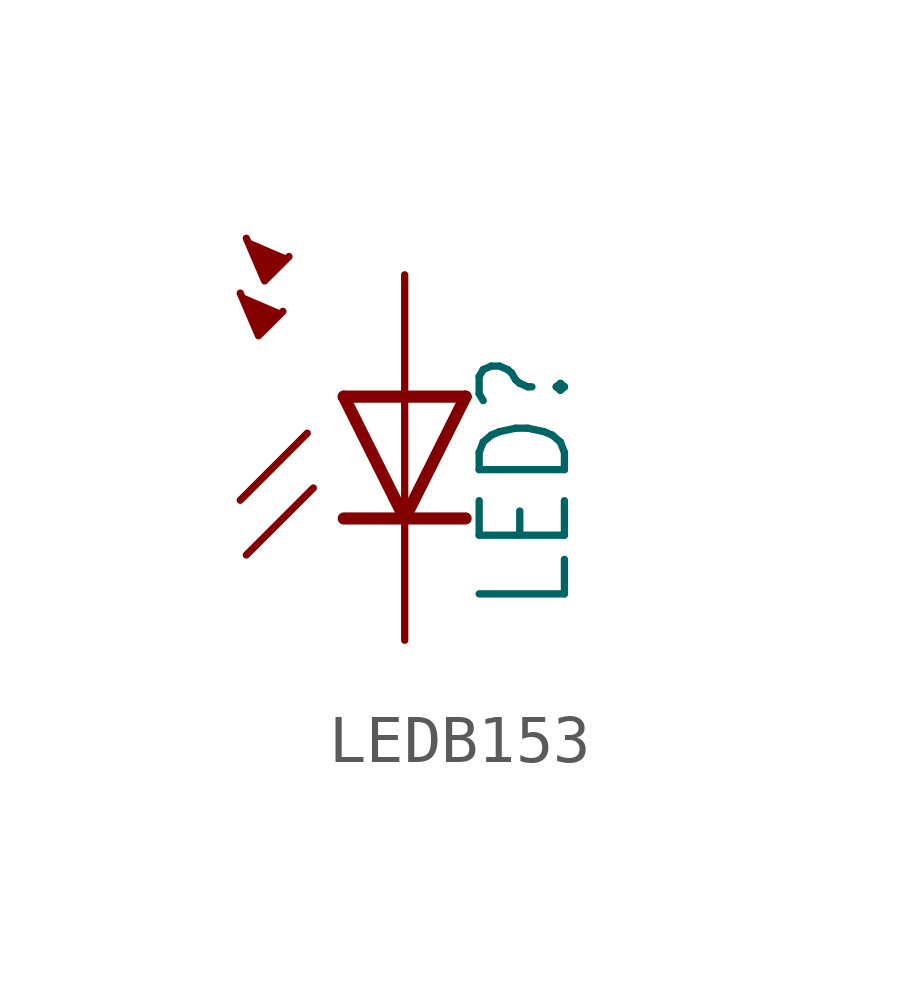
<source format=kicad_sym>
(kicad_symbol_lib
  (version 20241209)
  (generator "kicad_symbol_editor")
  (generator_version "9.0")
  (symbol "LEDB153"
    (property "Reference" "LED"
      (at 3.556 -4.572 90)
      (effects (font (size 1.778 1.511)) (justify left bottom)))
    (property "Value" ""
      (at 5.715 -4.572 90)
      (effects (font (size 1.778 1.511)) (justify left bottom)))
    (property "ki_locked" ""
      (at 0 0 0)
      (effects (font (size 1.27 1.27))))
    (symbol "LEDB153_1_0"
      (polyline (pts (xy -3.429 2.159) (xy -3.048 1.27) (xy -2.54 1.778)) (stroke (width 0.152) (type solid)) (fill (type outline)))
      (polyline (pts (xy -3.302 3.302) (xy -2.921 2.413) (xy -2.413 2.921)) (stroke (width 0.152) (type solid)) (fill (type outline)))
      (polyline (pts (xy -2.032 -0.762) (xy -3.429 -2.159)) (stroke (width 0.152) (type solid)) (fill (type none)))
      (polyline (pts (xy -1.905 -1.905) (xy -3.302 -3.302)) (stroke (width 0.152) (type solid)) (fill (type none)))
      (polyline (pts (xy 0 0) (xy -1.27 0)) (stroke (width 0.254) (type solid)) (fill (type none)))
      (polyline (pts (xy 0 0) (xy 0 -2.54)) (stroke (width 0.152) (type solid)) (fill (type none)))
      (polyline (pts (xy 0 -2.54) (xy -1.27 0)) (stroke (width 0.254) (type solid)) (fill (type none)))
      (polyline (pts (xy 0 -2.54) (xy -1.27 -2.54)) (stroke (width 0.254) (type solid)) (fill (type none)))
      (polyline (pts (xy 1.27 0) (xy 0 0)) (stroke (width 0.254) (type solid)) (fill (type none)))
      (polyline (pts (xy 1.27 0) (xy 0 -2.54)) (stroke (width 0.254) (type solid)) (fill (type none)))
      (polyline (pts (xy 1.27 -2.54) (xy 0 -2.54)) (stroke (width 0.254) (type solid)) (fill (type none)))
      (pin passive line (at 0 2.54 270) (length 2.54) (name "A" (effects (font (size 0 0)))) (number "A" (effects (font (size 0 0)))))
      (pin passive line (at 0 -5.08 90) (length 2.54) (name "C" (effects (font (size 0 0)))) (number "K" (effects (font (size 0 0))))))))
</source>
